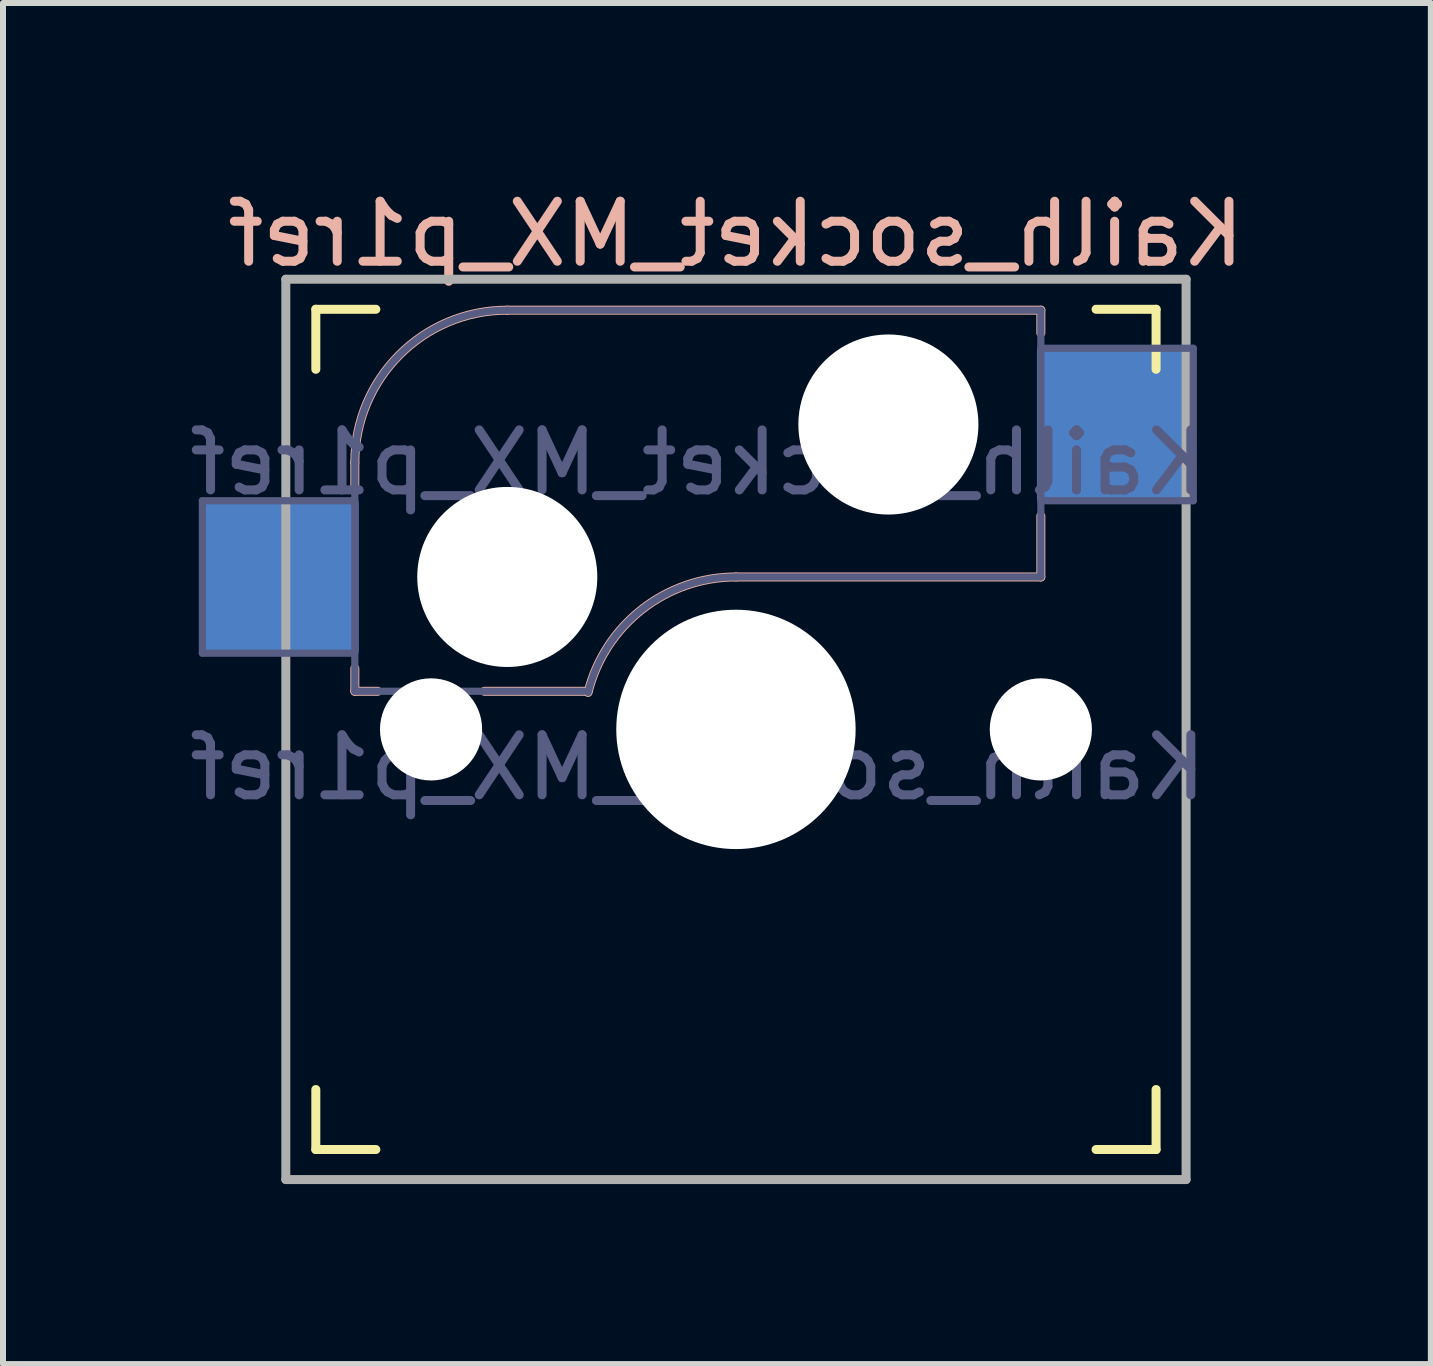
<source format=kicad_pcb>
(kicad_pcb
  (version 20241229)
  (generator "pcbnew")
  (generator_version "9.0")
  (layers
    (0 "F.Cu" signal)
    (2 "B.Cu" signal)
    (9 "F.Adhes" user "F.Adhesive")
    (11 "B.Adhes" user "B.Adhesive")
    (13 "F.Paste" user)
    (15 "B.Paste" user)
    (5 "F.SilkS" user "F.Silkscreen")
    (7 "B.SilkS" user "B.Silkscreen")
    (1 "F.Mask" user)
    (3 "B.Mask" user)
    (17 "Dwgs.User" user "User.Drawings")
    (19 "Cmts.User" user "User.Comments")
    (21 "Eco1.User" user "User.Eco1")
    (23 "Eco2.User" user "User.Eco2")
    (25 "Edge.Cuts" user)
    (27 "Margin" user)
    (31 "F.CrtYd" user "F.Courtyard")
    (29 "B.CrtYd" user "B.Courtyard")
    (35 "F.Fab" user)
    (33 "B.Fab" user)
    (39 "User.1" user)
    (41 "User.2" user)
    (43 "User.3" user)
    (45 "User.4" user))
  (footprint "Kailh_socket_MX_p1ref"
    (layer "F.Cu")
    (at 11.742 4.023)
    (property "Reference" "Kailh_socket_MX_p1ref" (at -2.53 -3.175 0) (layer "B.SilkS") (effects (font (size 1 1) (thickness 0.15)) (justify mirror)))
    (property "Value" "Kailh_socket_MX_p1ref" (at -2.53 13.335 0) (layer "F.Fab") (hide yes) (effects (font (size 1 1) (thickness 0.15))))
    (attr smd)
    (fp_line (start -9.53 -0.92) (end -9.53 -1.92) (stroke (width 0.15) (type solid)) (layer "F.SilkS"))
    (fp_line (start -9.53 12.08) (end -9.53 11.08) (stroke (width 0.15) (type solid)) (layer "F.SilkS"))
    (fp_line (start -9.53 12.08) (end -8.53 12.08) (stroke (width 0.15) (type solid)) (layer "F.SilkS"))
    (fp_line (start -8.53 -1.92) (end -9.53 -1.92) (stroke (width 0.15) (type solid)) (layer "F.SilkS"))
    (fp_line (start 3.47 12.08) (end 4.47 12.08) (stroke (width 0.15) (type solid)) (layer "F.SilkS"))
    (fp_line (start 4.47 -1.92) (end 3.47 -1.92) (stroke (width 0.15) (type solid)) (layer "F.SilkS"))
    (fp_line (start 4.47 -1.92) (end 4.47 -0.92) (stroke (width 0.15) (type solid)) (layer "F.SilkS"))
    (fp_line (start 4.47 11.08) (end 4.47 12.08) (stroke (width 0.15) (type solid)) (layer "F.SilkS"))
    (fp_line (start -8.88 0.635) (end -8.88 1.016) (stroke (width 0.15) (type solid)) (layer "B.SilkS"))
    (fp_line (start -8.88 4.064) (end -8.88 4.445) (stroke (width 0.15) (type solid)) (layer "B.SilkS"))
    (fp_line (start -8.499 4.445) (end -8.88 4.445) (stroke (width 0.15) (type solid)) (layer "B.SilkS"))
    (fp_line (start -6.34 -1.905) (end 2.55 -1.905) (stroke (width 0.15) (type solid)) (layer "B.SilkS"))
    (fp_line (start -4.994 4.445) (end -6.721 4.445) (stroke (width 0.15) (type solid)) (layer "B.SilkS"))
    (fp_line (start 2.55 -1.905) (end 2.55 -1.524) (stroke (width 0.15) (type solid)) (layer "B.SilkS"))
    (fp_line (start 2.55 1.524) (end 2.55 2.54) (stroke (width 0.15) (type solid)) (layer "B.SilkS"))
    (fp_line (start 2.55 2.54) (end -2.53 2.54) (stroke (width 0.15) (type solid)) (layer "B.SilkS"))
    (fp_arc (start -8.88 0.635) (mid -8.136051 -1.161051) (end -6.34 -1.905) (stroke (width 0.15) (type solid)) (layer "B.SilkS"))
    (fp_arc (start -4.994162 4.46396) (mid -4.093147 3.077958) (end -2.53 2.54) (stroke (width 0.15) (type solid)) (layer "B.SilkS"))
    (fp_line (start -9.43 11.98) (end -9.43 -1.82) (stroke (width 0.15) (type solid)) (layer "Eco2.User"))
    (fp_line (start -9.43 11.98) (end 4.37 11.98) (stroke (width 0.15) (type solid)) (layer "Eco2.User"))
    (fp_line (start 4.37 -1.82) (end -9.43 -1.82) (stroke (width 0.15) (type solid)) (layer "Eco2.User"))
    (fp_line (start 4.37 -1.82) (end 4.37 11.98) (stroke (width 0.15) (type solid)) (layer "Eco2.User"))
    (fp_line (start -11.42 1.27) (end -8.88 1.27) (stroke (width 0.12) (type solid)) (layer "B.Fab"))
    (fp_line (start -11.42 3.81) (end -11.42 1.27) (stroke (width 0.12) (type solid)) (layer "B.Fab"))
    (fp_line (start -8.88 3.81) (end -11.42 3.81) (stroke (width 0.12) (type solid)) (layer "B.Fab"))
    (fp_line (start -8.88 4.445) (end -8.88 0.635) (stroke (width 0.12) (type solid)) (layer "B.Fab"))
    (fp_line (start -8.88 4.445) (end -5.07 4.445) (stroke (width 0.12) (type solid)) (layer "B.Fab"))
    (fp_line (start -6.34 -1.905) (end 2.55 -1.905) (stroke (width 0.12) (type solid)) (layer "B.Fab"))
    (fp_line (start 2.55 -1.905) (end 2.55 2.54) (stroke (width 0.12) (type solid)) (layer "B.Fab"))
    (fp_line (start 2.55 -1.27) (end 5.09 -1.27) (stroke (width 0.12) (type solid)) (layer "B.Fab"))
    (fp_line (start 2.55 2.54) (end -2.53 2.54) (stroke (width 0.12) (type solid)) (layer "B.Fab"))
    (fp_line (start 5.09 -1.27) (end 5.09 1.27) (stroke (width 0.12) (type solid)) (layer "B.Fab"))
    (fp_line (start 5.09 1.27) (end 2.55 1.27) (stroke (width 0.12) (type solid)) (layer "B.Fab"))
    (fp_arc (start -8.88 0.635) (mid -8.136051 -1.161051) (end -6.34 -1.905) (stroke (width 0.12) (type solid)) (layer "B.Fab"))
    (fp_arc (start -4.994162 4.46396) (mid -4.093147 3.077958) (end -2.53 2.54) (stroke (width 0.12) (type solid)) (layer "B.Fab"))
    (fp_line (start -10.03 -2.42) (end 4.97 -2.42) (stroke (width 0.15) (type solid)) (layer "F.Fab"))
    (fp_line (start -10.03 12.58) (end -10.03 -2.42) (stroke (width 0.15) (type solid)) (layer "F.Fab"))
    (fp_line (start 4.97 -2.42) (end 4.97 12.58) (stroke (width 0.15) (type solid)) (layer "F.Fab"))
    (fp_line (start 4.97 12.58) (end -10.03 12.58) (stroke (width 0.15) (type solid)) (layer "F.Fab"))
    (fp_text user "${VALUE}" (at -3.165 5.715 0) (layer "B.Fab") (effects (font (size 1 1) (thickness 0.15)) (justify mirror)))
    (fp_text user "${REFERENCE}" (at -3.165 0.635 0) (layer "B.Fab") (effects (font (size 1 1) (thickness 0.15)) (justify mirror)))
    (pad "" np_thru_hole circle (at -7.61 5.08) (size 1.702 1.702) (drill 1.702) (layers "*.Cu" "*.Mask"))
    (pad "" np_thru_hole circle (at -6.34 2.54) (size 3 3) (drill 3) (layers "*.Cu" "*.Mask"))
    (pad "" np_thru_hole circle (at -2.53 5.08) (size 3.988 3.988) (drill 3.988) (layers "*.Cu" "*.Mask"))
    (pad "" np_thru_hole circle (at 0.01 0) (size 3 3) (drill 3) (layers "*.Cu" "*.Mask"))
    (pad "" np_thru_hole circle (at 2.55 5.08) (size 1.702 1.702) (drill 1.702) (layers "*.Cu" "*.Mask"))
    (pad "1" smd rect (at 3.76 0) (size 2.55 2.5) (layers "B.Cu" "B.Mask" "B.Paste"))
    (pad "2" smd rect (at -10.09 2.54) (size 2.55 2.5) (layers "B.Cu" "B.Mask" "B.Paste")))
  (gr_rect
    (start -3 -3)
    (end 20.79 19.678)
    (stroke (width 0.1) (type default))
    (fill no)
    (layer "Edge.Cuts")))
</source>
